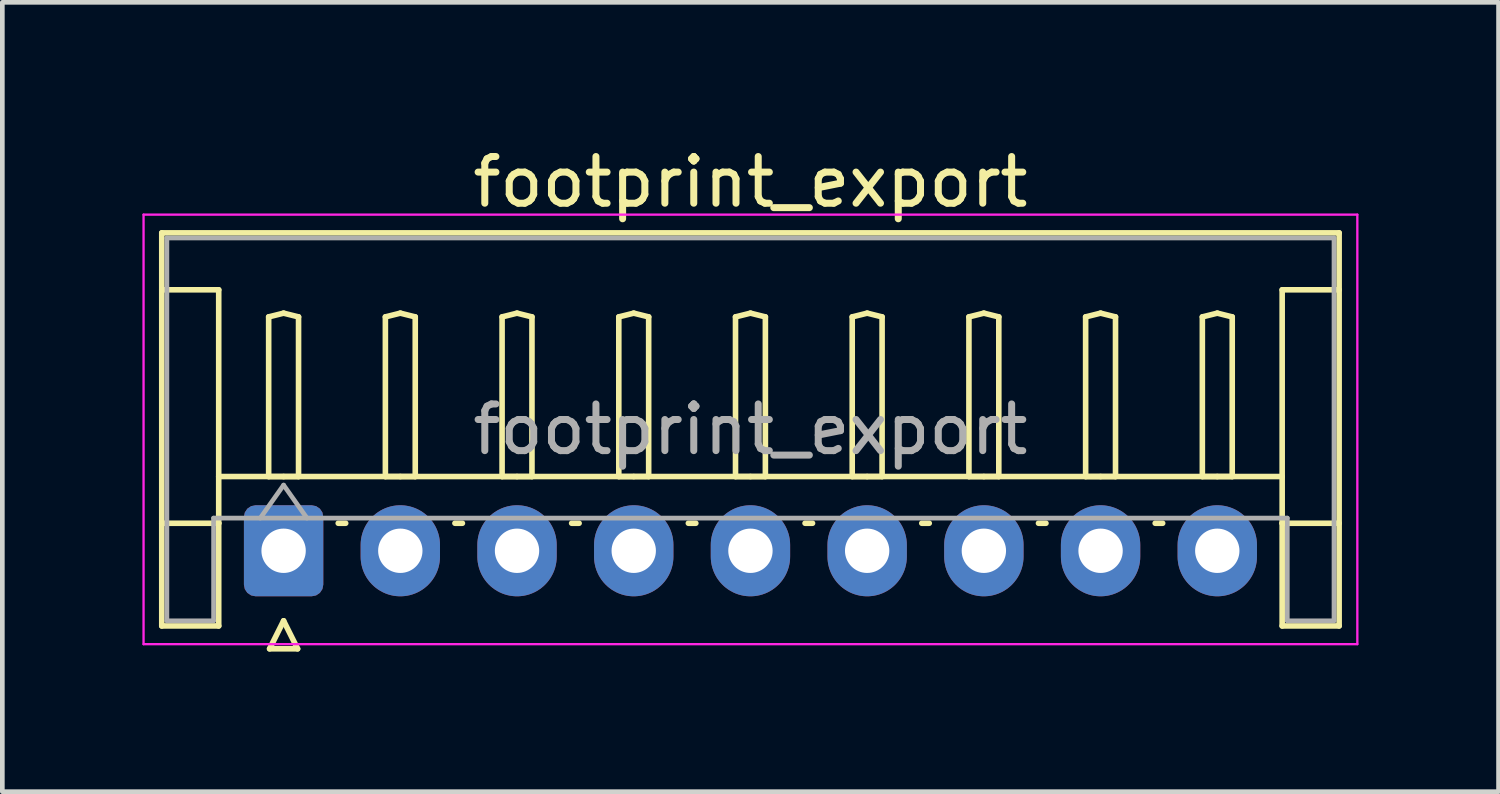
<source format=kicad_pcb>
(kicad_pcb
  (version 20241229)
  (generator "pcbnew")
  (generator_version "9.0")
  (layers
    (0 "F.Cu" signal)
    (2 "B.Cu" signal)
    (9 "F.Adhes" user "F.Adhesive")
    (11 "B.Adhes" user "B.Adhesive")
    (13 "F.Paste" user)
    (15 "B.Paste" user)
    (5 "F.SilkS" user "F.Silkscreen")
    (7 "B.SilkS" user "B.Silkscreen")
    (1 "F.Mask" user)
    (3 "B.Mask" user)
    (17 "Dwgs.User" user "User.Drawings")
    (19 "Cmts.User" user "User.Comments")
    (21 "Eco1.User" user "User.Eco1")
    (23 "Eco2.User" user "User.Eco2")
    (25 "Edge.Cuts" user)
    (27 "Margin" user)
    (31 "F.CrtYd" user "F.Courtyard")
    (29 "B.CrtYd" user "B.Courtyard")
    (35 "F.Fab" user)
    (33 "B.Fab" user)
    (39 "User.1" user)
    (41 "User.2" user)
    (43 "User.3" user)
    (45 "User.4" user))
  (footprint "footprint_export"
    (layer "F.Cu")
    (at 3.025 8.748)
    (property "Reference" "footprint_export" (at 10 -7.9 0) (layer "F.SilkS") (effects (font (size 1 1) (thickness 0.15))))
    (attr through_hole)
    (fp_line (start -2.61 -6.81) (end 22.61 -6.81) (stroke (width 0.12) (type solid)) (layer "F.SilkS"))
    (fp_line (start -2.61 -5.59) (end -1.39 -5.59) (stroke (width 0.12) (type solid)) (layer "F.SilkS"))
    (fp_line (start -2.61 1.61) (end -2.61 -6.81) (stroke (width 0.12) (type solid)) (layer "F.SilkS"))
    (fp_line (start -1.39 -5.59) (end -1.39 -0.59) (stroke (width 0.12) (type solid)) (layer "F.SilkS"))
    (fp_line (start -1.39 -1.59) (end 21.39 -1.59) (stroke (width 0.12) (type solid)) (layer "F.SilkS"))
    (fp_line (start -1.39 -0.59) (end -2.61 -0.59) (stroke (width 0.12) (type solid)) (layer "F.SilkS"))
    (fp_line (start -1.39 -0.59) (end -1.39 1.61) (stroke (width 0.12) (type solid)) (layer "F.SilkS"))
    (fp_line (start -1.39 1.61) (end -2.61 1.61) (stroke (width 0.12) (type solid)) (layer "F.SilkS"))
    (fp_line (start -0.32 -5.01) (end 0 -5.09) (stroke (width 0.12) (type solid)) (layer "F.SilkS"))
    (fp_line (start -0.32 -1.59) (end -0.32 -5.01) (stroke (width 0.12) (type solid)) (layer "F.SilkS"))
    (fp_line (start -0.3 2.1) (end 0.3 2.1) (stroke (width 0.12) (type solid)) (layer "F.SilkS"))
    (fp_line (start 0 -5.09) (end 0.32 -5.01) (stroke (width 0.12) (type solid)) (layer "F.SilkS"))
    (fp_line (start 0 -1.59) (end -0.32 -1.59) (stroke (width 0.12) (type solid)) (layer "F.SilkS"))
    (fp_line (start 0 1.5) (end -0.3 2.1) (stroke (width 0.12) (type solid)) (layer "F.SilkS"))
    (fp_line (start 0.3 2.1) (end 0 1.5) (stroke (width 0.12) (type solid)) (layer "F.SilkS"))
    (fp_line (start 0.32 -5.01) (end 0.32 -1.59) (stroke (width 0.12) (type solid)) (layer "F.SilkS"))
    (fp_line (start 0.32 -1.59) (end 0 -1.59) (stroke (width 0.12) (type solid)) (layer "F.SilkS"))
    (fp_line (start 1.17 -0.59) (end 1.33 -0.59) (stroke (width 0.12) (type solid)) (layer "F.SilkS"))
    (fp_line (start 2.18 -5.01) (end 2.5 -5.09) (stroke (width 0.12) (type solid)) (layer "F.SilkS"))
    (fp_line (start 2.18 -1.59) (end 2.18 -5.01) (stroke (width 0.12) (type solid)) (layer "F.SilkS"))
    (fp_line (start 2.5 -5.09) (end 2.82 -5.01) (stroke (width 0.12) (type solid)) (layer "F.SilkS"))
    (fp_line (start 2.5 -1.59) (end 2.18 -1.59) (stroke (width 0.12) (type solid)) (layer "F.SilkS"))
    (fp_line (start 2.82 -5.01) (end 2.82 -1.59) (stroke (width 0.12) (type solid)) (layer "F.SilkS"))
    (fp_line (start 2.82 -1.59) (end 2.5 -1.59) (stroke (width 0.12) (type solid)) (layer "F.SilkS"))
    (fp_line (start 3.67 -0.59) (end 3.83 -0.59) (stroke (width 0.12) (type solid)) (layer "F.SilkS"))
    (fp_line (start 4.68 -5.01) (end 5 -5.09) (stroke (width 0.12) (type solid)) (layer "F.SilkS"))
    (fp_line (start 4.68 -1.59) (end 4.68 -5.01) (stroke (width 0.12) (type solid)) (layer "F.SilkS"))
    (fp_line (start 5 -5.09) (end 5.32 -5.01) (stroke (width 0.12) (type solid)) (layer "F.SilkS"))
    (fp_line (start 5 -1.59) (end 4.68 -1.59) (stroke (width 0.12) (type solid)) (layer "F.SilkS"))
    (fp_line (start 5.32 -5.01) (end 5.32 -1.59) (stroke (width 0.12) (type solid)) (layer "F.SilkS"))
    (fp_line (start 5.32 -1.59) (end 5 -1.59) (stroke (width 0.12) (type solid)) (layer "F.SilkS"))
    (fp_line (start 6.17 -0.59) (end 6.33 -0.59) (stroke (width 0.12) (type solid)) (layer "F.SilkS"))
    (fp_line (start 7.18 -5.01) (end 7.5 -5.09) (stroke (width 0.12) (type solid)) (layer "F.SilkS"))
    (fp_line (start 7.18 -1.59) (end 7.18 -5.01) (stroke (width 0.12) (type solid)) (layer "F.SilkS"))
    (fp_line (start 7.5 -5.09) (end 7.82 -5.01) (stroke (width 0.12) (type solid)) (layer "F.SilkS"))
    (fp_line (start 7.5 -1.59) (end 7.18 -1.59) (stroke (width 0.12) (type solid)) (layer "F.SilkS"))
    (fp_line (start 7.82 -5.01) (end 7.82 -1.59) (stroke (width 0.12) (type solid)) (layer "F.SilkS"))
    (fp_line (start 7.82 -1.59) (end 7.5 -1.59) (stroke (width 0.12) (type solid)) (layer "F.SilkS"))
    (fp_line (start 8.67 -0.59) (end 8.83 -0.59) (stroke (width 0.12) (type solid)) (layer "F.SilkS"))
    (fp_line (start 9.68 -5.01) (end 10 -5.09) (stroke (width 0.12) (type solid)) (layer "F.SilkS"))
    (fp_line (start 9.68 -1.59) (end 9.68 -5.01) (stroke (width 0.12) (type solid)) (layer "F.SilkS"))
    (fp_line (start 10 -5.09) (end 10.32 -5.01) (stroke (width 0.12) (type solid)) (layer "F.SilkS"))
    (fp_line (start 10 -1.59) (end 9.68 -1.59) (stroke (width 0.12) (type solid)) (layer "F.SilkS"))
    (fp_line (start 10.32 -5.01) (end 10.32 -1.59) (stroke (width 0.12) (type solid)) (layer "F.SilkS"))
    (fp_line (start 10.32 -1.59) (end 10 -1.59) (stroke (width 0.12) (type solid)) (layer "F.SilkS"))
    (fp_line (start 11.17 -0.59) (end 11.33 -0.59) (stroke (width 0.12) (type solid)) (layer "F.SilkS"))
    (fp_line (start 12.18 -5.01) (end 12.5 -5.09) (stroke (width 0.12) (type solid)) (layer "F.SilkS"))
    (fp_line (start 12.18 -1.59) (end 12.18 -5.01) (stroke (width 0.12) (type solid)) (layer "F.SilkS"))
    (fp_line (start 12.5 -5.09) (end 12.82 -5.01) (stroke (width 0.12) (type solid)) (layer "F.SilkS"))
    (fp_line (start 12.5 -1.59) (end 12.18 -1.59) (stroke (width 0.12) (type solid)) (layer "F.SilkS"))
    (fp_line (start 12.82 -5.01) (end 12.82 -1.59) (stroke (width 0.12) (type solid)) (layer "F.SilkS"))
    (fp_line (start 12.82 -1.59) (end 12.5 -1.59) (stroke (width 0.12) (type solid)) (layer "F.SilkS"))
    (fp_line (start 13.67 -0.59) (end 13.83 -0.59) (stroke (width 0.12) (type solid)) (layer "F.SilkS"))
    (fp_line (start 14.68 -5.01) (end 15 -5.09) (stroke (width 0.12) (type solid)) (layer "F.SilkS"))
    (fp_line (start 14.68 -1.59) (end 14.68 -5.01) (stroke (width 0.12) (type solid)) (layer "F.SilkS"))
    (fp_line (start 15 -5.09) (end 15.32 -5.01) (stroke (width 0.12) (type solid)) (layer "F.SilkS"))
    (fp_line (start 15 -1.59) (end 14.68 -1.59) (stroke (width 0.12) (type solid)) (layer "F.SilkS"))
    (fp_line (start 15.32 -5.01) (end 15.32 -1.59) (stroke (width 0.12) (type solid)) (layer "F.SilkS"))
    (fp_line (start 15.32 -1.59) (end 15 -1.59) (stroke (width 0.12) (type solid)) (layer "F.SilkS"))
    (fp_line (start 16.17 -0.59) (end 16.33 -0.59) (stroke (width 0.12) (type solid)) (layer "F.SilkS"))
    (fp_line (start 17.18 -5.01) (end 17.5 -5.09) (stroke (width 0.12) (type solid)) (layer "F.SilkS"))
    (fp_line (start 17.18 -1.59) (end 17.18 -5.01) (stroke (width 0.12) (type solid)) (layer "F.SilkS"))
    (fp_line (start 17.5 -5.09) (end 17.82 -5.01) (stroke (width 0.12) (type solid)) (layer "F.SilkS"))
    (fp_line (start 17.5 -1.59) (end 17.18 -1.59) (stroke (width 0.12) (type solid)) (layer "F.SilkS"))
    (fp_line (start 17.82 -5.01) (end 17.82 -1.59) (stroke (width 0.12) (type solid)) (layer "F.SilkS"))
    (fp_line (start 17.82 -1.59) (end 17.5 -1.59) (stroke (width 0.12) (type solid)) (layer "F.SilkS"))
    (fp_line (start 18.67 -0.59) (end 18.83 -0.59) (stroke (width 0.12) (type solid)) (layer "F.SilkS"))
    (fp_line (start 19.68 -5.01) (end 20 -5.09) (stroke (width 0.12) (type solid)) (layer "F.SilkS"))
    (fp_line (start 19.68 -1.59) (end 19.68 -5.01) (stroke (width 0.12) (type solid)) (layer "F.SilkS"))
    (fp_line (start 20 -5.09) (end 20.32 -5.01) (stroke (width 0.12) (type solid)) (layer "F.SilkS"))
    (fp_line (start 20 -1.59) (end 19.68 -1.59) (stroke (width 0.12) (type solid)) (layer "F.SilkS"))
    (fp_line (start 20.32 -5.01) (end 20.32 -1.59) (stroke (width 0.12) (type solid)) (layer "F.SilkS"))
    (fp_line (start 20.32 -1.59) (end 20 -1.59) (stroke (width 0.12) (type solid)) (layer "F.SilkS"))
    (fp_line (start 21.39 -5.59) (end 21.39 -0.59) (stroke (width 0.12) (type solid)) (layer "F.SilkS"))
    (fp_line (start 21.39 -0.59) (end 22.61 -0.59) (stroke (width 0.12) (type solid)) (layer "F.SilkS"))
    (fp_line (start 21.39 1.61) (end 21.39 -0.59) (stroke (width 0.12) (type solid)) (layer "F.SilkS"))
    (fp_line (start 22.61 -6.81) (end 22.61 1.61) (stroke (width 0.12) (type solid)) (layer "F.SilkS"))
    (fp_line (start 22.61 -5.59) (end 21.39 -5.59) (stroke (width 0.12) (type solid)) (layer "F.SilkS"))
    (fp_line (start 22.61 1.61) (end 21.39 1.61) (stroke (width 0.12) (type solid)) (layer "F.SilkS"))
    (fp_line (start -3 -7.2) (end -3 2) (stroke (width 0.05) (type solid)) (layer "F.CrtYd"))
    (fp_line (start -3 2) (end 23 2) (stroke (width 0.05) (type solid)) (layer "F.CrtYd"))
    (fp_line (start 23 -7.2) (end -3 -7.2) (stroke (width 0.05) (type solid)) (layer "F.CrtYd"))
    (fp_line (start 23 2) (end 23 -7.2) (stroke (width 0.05) (type solid)) (layer "F.CrtYd"))
    (fp_line (start -2.5 -6.7) (end 22.5 -6.7) (stroke (width 0.1) (type solid)) (layer "F.Fab"))
    (fp_line (start -2.5 1.5) (end -2.5 -6.7) (stroke (width 0.1) (type solid)) (layer "F.Fab"))
    (fp_line (start -1.5 -0.7) (end -1.5 1.5) (stroke (width 0.1) (type solid)) (layer "F.Fab"))
    (fp_line (start -1.5 1.5) (end -2.5 1.5) (stroke (width 0.1) (type solid)) (layer "F.Fab"))
    (fp_line (start -0.5 -0.7) (end 0 -1.407) (stroke (width 0.1) (type solid)) (layer "F.Fab"))
    (fp_line (start 0 -1.407) (end 0.5 -0.7) (stroke (width 0.1) (type solid)) (layer "F.Fab"))
    (fp_line (start 21.5 -0.7) (end -1.5 -0.7) (stroke (width 0.1) (type solid)) (layer "F.Fab"))
    (fp_line (start 21.5 1.5) (end 21.5 -0.7) (stroke (width 0.1) (type solid)) (layer "F.Fab"))
    (fp_line (start 22.5 -6.7) (end 22.5 1.5) (stroke (width 0.1) (type solid)) (layer "F.Fab"))
    (fp_line (start 22.5 1.5) (end 21.5 1.5) (stroke (width 0.1) (type solid)) (layer "F.Fab"))
    (fp_text user "${REFERENCE}" (at 10 -2.6 0) (layer "F.Fab") (effects (font (size 1 1) (thickness 0.15))))
    (pad "1" thru_hole roundrect (at 0 0) (size 1.7 1.95) (drill 0.95) (layers "*.Cu" "*.Mask") (roundrect_rratio 0.147))
    (pad "2" thru_hole oval (at 2.5 0) (size 1.7 1.95) (drill 0.95) (layers "*.Cu" "*.Mask"))
    (pad "3" thru_hole oval (at 5 0) (size 1.7 1.95) (drill 0.95) (layers "*.Cu" "*.Mask"))
    (pad "4" thru_hole oval (at 7.5 0) (size 1.7 1.95) (drill 0.95) (layers "*.Cu" "*.Mask"))
    (pad "5" thru_hole oval (at 10 0) (size 1.7 1.95) (drill 0.95) (layers "*.Cu" "*.Mask"))
    (pad "6" thru_hole oval (at 12.5 0) (size 1.7 1.95) (drill 0.95) (layers "*.Cu" "*.Mask"))
    (pad "7" thru_hole oval (at 15 0) (size 1.7 1.95) (drill 0.95) (layers "*.Cu" "*.Mask"))
    (pad "8" thru_hole oval (at 17.5 0) (size 1.7 1.95) (drill 0.95) (layers "*.Cu" "*.Mask"))
    (pad "9" thru_hole oval (at 20 0) (size 1.7 1.95) (drill 0.95) (layers "*.Cu" "*.Mask")))
  (gr_rect
    (start -3 -3)
    (end 29.05 13.908)
    (stroke (width 0.1) (type default))
    (fill no)
    (layer "Edge.Cuts")))
</source>
